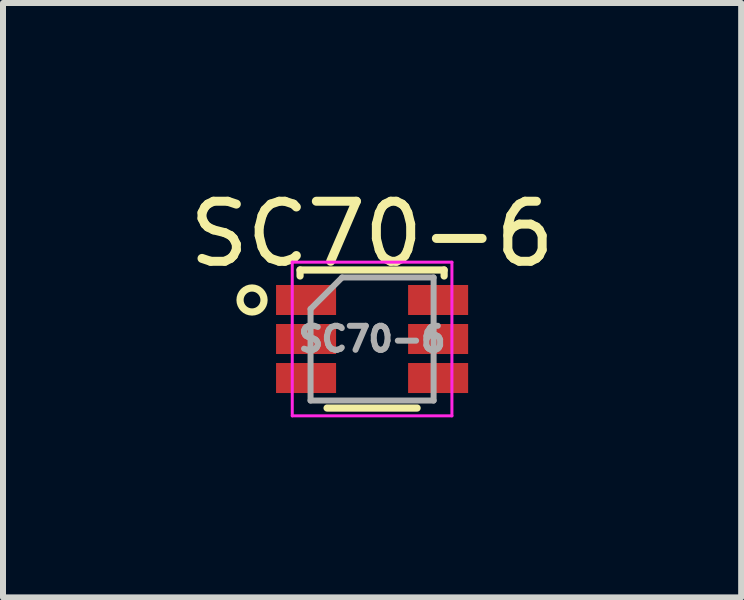
<source format=kicad_pcb>
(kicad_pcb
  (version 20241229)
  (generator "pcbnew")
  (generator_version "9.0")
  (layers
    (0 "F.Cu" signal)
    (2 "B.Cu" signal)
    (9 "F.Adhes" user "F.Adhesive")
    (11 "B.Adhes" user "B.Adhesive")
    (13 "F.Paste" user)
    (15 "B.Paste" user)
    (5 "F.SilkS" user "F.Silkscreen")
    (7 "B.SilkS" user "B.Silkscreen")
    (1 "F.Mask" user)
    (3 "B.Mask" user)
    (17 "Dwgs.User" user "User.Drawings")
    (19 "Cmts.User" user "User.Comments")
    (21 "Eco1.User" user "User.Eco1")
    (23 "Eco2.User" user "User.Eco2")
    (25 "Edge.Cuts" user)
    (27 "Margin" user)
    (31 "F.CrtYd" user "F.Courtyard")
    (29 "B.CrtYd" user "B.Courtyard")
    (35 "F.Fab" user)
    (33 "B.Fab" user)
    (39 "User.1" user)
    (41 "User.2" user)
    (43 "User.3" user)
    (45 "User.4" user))
  (footprint "SC70-6"
    (layer "F.Cu")
    (at 3.149 2.598)
    (property "Reference" "SC70-6" (at 0 -1.75 0) (layer "F.SilkS") (effects (font (size 1 1) (thickness 0.15))))
    (attr smd)
    (fp_line (start -1.2 -1.15) (end -1.2 -1.05) (stroke (width 0.12) (type solid)) (layer "F.SilkS"))
    (fp_line (start -1.2 -1.15) (end 1.2 -1.15) (stroke (width 0.12) (type solid)) (layer "F.SilkS"))
    (fp_line (start 0.75 1.15) (end -0.75 1.15) (stroke (width 0.12) (type solid)) (layer "F.SilkS"))
    (fp_line (start 1.2 -1.15) (end 1.2 -1.05) (stroke (width 0.12) (type solid)) (layer "F.SilkS"))
    (fp_circle (center -2 -0.65) (end -1.8 -0.65) (stroke (width 0.12) (type solid)) (fill no) (layer "F.SilkS"))
    (fp_line (start -1.33 -1.28) (end 1.33 -1.28) (stroke (width 0.05) (type solid)) (layer "F.CrtYd"))
    (fp_line (start -1.33 1.28) (end -1.33 -1.28) (stroke (width 0.05) (type solid)) (layer "F.CrtYd"))
    (fp_line (start 1.33 -1.28) (end 1.33 1.28) (stroke (width 0.05) (type solid)) (layer "F.CrtYd"))
    (fp_line (start 1.33 1.28) (end -1.33 1.28) (stroke (width 0.05) (type solid)) (layer "F.CrtYd"))
    (fp_line (start -1.025 -0.5) (end -0.5 -1.025) (stroke (width 0.1) (type solid)) (layer "F.Fab"))
    (fp_line (start -1.025 1.025) (end -1.025 -0.5) (stroke (width 0.1) (type solid)) (layer "F.Fab"))
    (fp_line (start -0.5 -1.025) (end 1.025 -1.025) (stroke (width 0.1) (type solid)) (layer "F.Fab"))
    (fp_line (start 1.025 -1.025) (end 1.025 1.025) (stroke (width 0.1) (type solid)) (layer "F.Fab"))
    (fp_line (start 1.025 1.025) (end -1.025 1.025) (stroke (width 0.1) (type solid)) (layer "F.Fab"))
    (fp_text user "${REFERENCE}" (at 0 0 0) (layer "F.Fab") (effects (font (size 0.4 0.4) (thickness 0.1))))
    (pad "1" smd rect (at -1.1 -0.65) (size 1 0.5) (layers "F.Cu" "F.Mask" "F.Paste"))
    (pad "2" smd rect (at -1.1 0) (size 1 0.5) (layers "F.Cu" "F.Mask" "F.Paste"))
    (pad "3" smd rect (at -1.1 0.65) (size 1 0.5) (layers "F.Cu" "F.Mask" "F.Paste"))
    (pad "4" smd rect (at 1.1 0.65) (size 1 0.5) (layers "F.Cu" "F.Mask" "F.Paste"))
    (pad "5" smd rect (at 1.1 0) (size 1 0.5) (layers "F.Cu" "F.Mask" "F.Paste"))
    (pad "6" smd rect (at 1.1 -0.65) (size 1 0.5) (layers "F.Cu" "F.Mask" "F.Paste")))
  (gr_rect
    (start -3 -3)
    (end 9.298 6.903)
    (stroke (width 0.1) (type default))
    (fill no)
    (layer "Edge.Cuts")))
</source>
